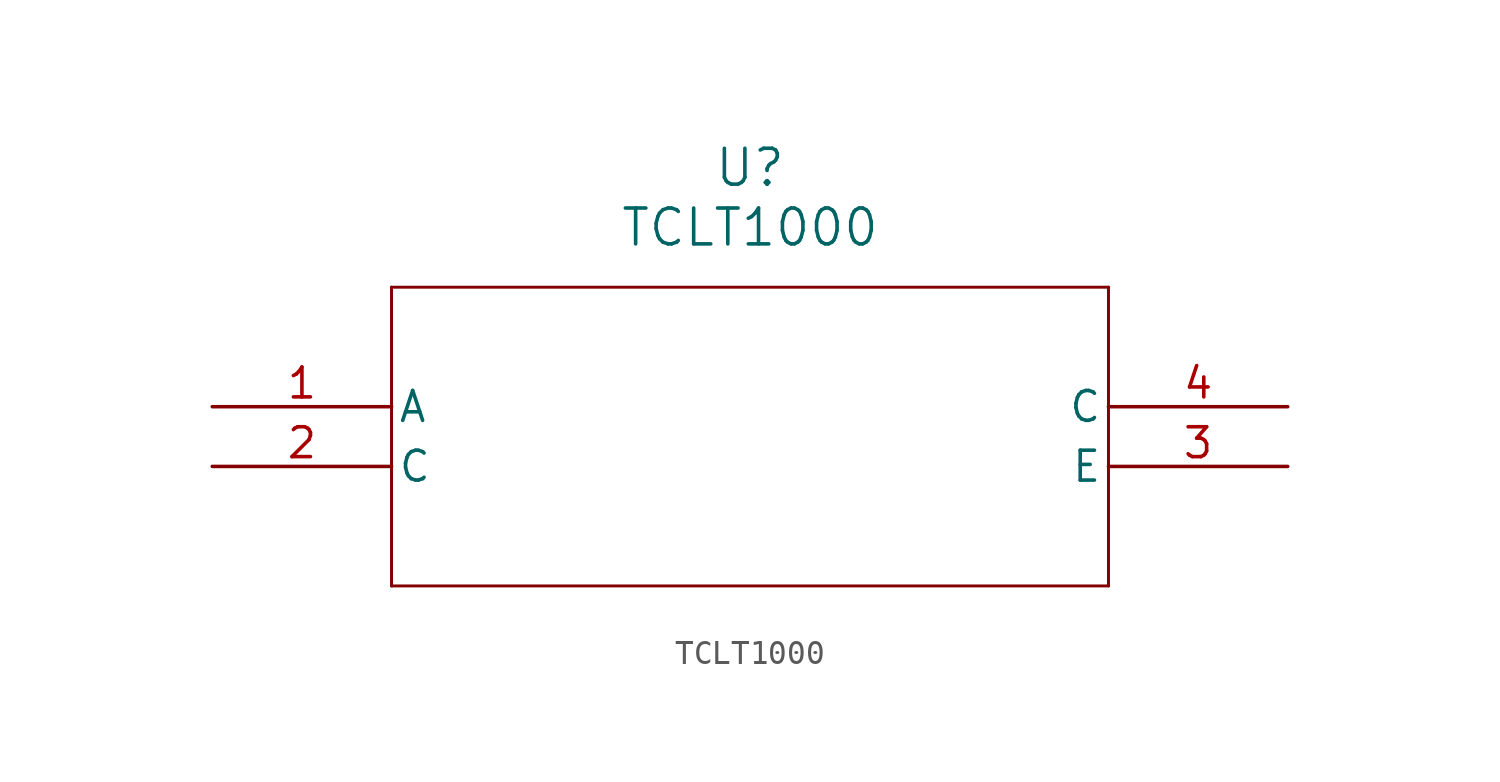
<source format=kicad_sym>
(kicad_symbol_lib
  (version 20211014)
  (generator kicad_symbol_editor)
  (symbol "TCLT1000"
    (pin_names
      (offset 0.254))
    (property "Reference" "U"
      (at 22.86 10.16 0)
      (effects (font (size 1.524 1.524))))
    (property "Value" "TCLT1000"
      (at 22.86 7.62 0)
      (effects (font (size 1.524 1.524))))
    (symbol "TCLT1000_0_1"
      (polyline (pts (xy 7.62 5.08) (xy 7.62 -7.62)) (stroke (width 0.127) (type default) (color 0 0 0 0)) (fill (type none)))
      (polyline (pts (xy 7.62 -7.62) (xy 38.1 -7.62)) (stroke (width 0.127) (type default) (color 0 0 0 0)) (fill (type none)))
      (polyline (pts (xy 38.1 -7.62) (xy 38.1 5.08)) (stroke (width 0.127) (type default) (color 0 0 0 0)) (fill (type none)))
      (polyline (pts (xy 38.1 5.08) (xy 7.62 5.08)) (stroke (width 0.127) (type default) (color 0 0 0 0)) (fill (type none)))
      (pin unspecified line (at 0 0 0) (length 7.62) (name "A" (effects (font (size 1.27 1.27)))) (number "1" (effects (font (size 1.27 1.27)))))
      (pin unspecified line (at 0 -2.54 0) (length 7.62) (name "C" (effects (font (size 1.27 1.27)))) (number "2" (effects (font (size 1.27 1.27)))))
      (pin unspecified line (at 45.72 -2.54 180) (length 7.62) (name "E" (effects (font (size 1.27 1.27)))) (number "3" (effects (font (size 1.27 1.27)))))
      (pin unspecified line (at 45.72 0 180) (length 7.62) (name "C" (effects (font (size 1.27 1.27)))) (number "4" (effects (font (size 1.27 1.27))))))))
</source>
